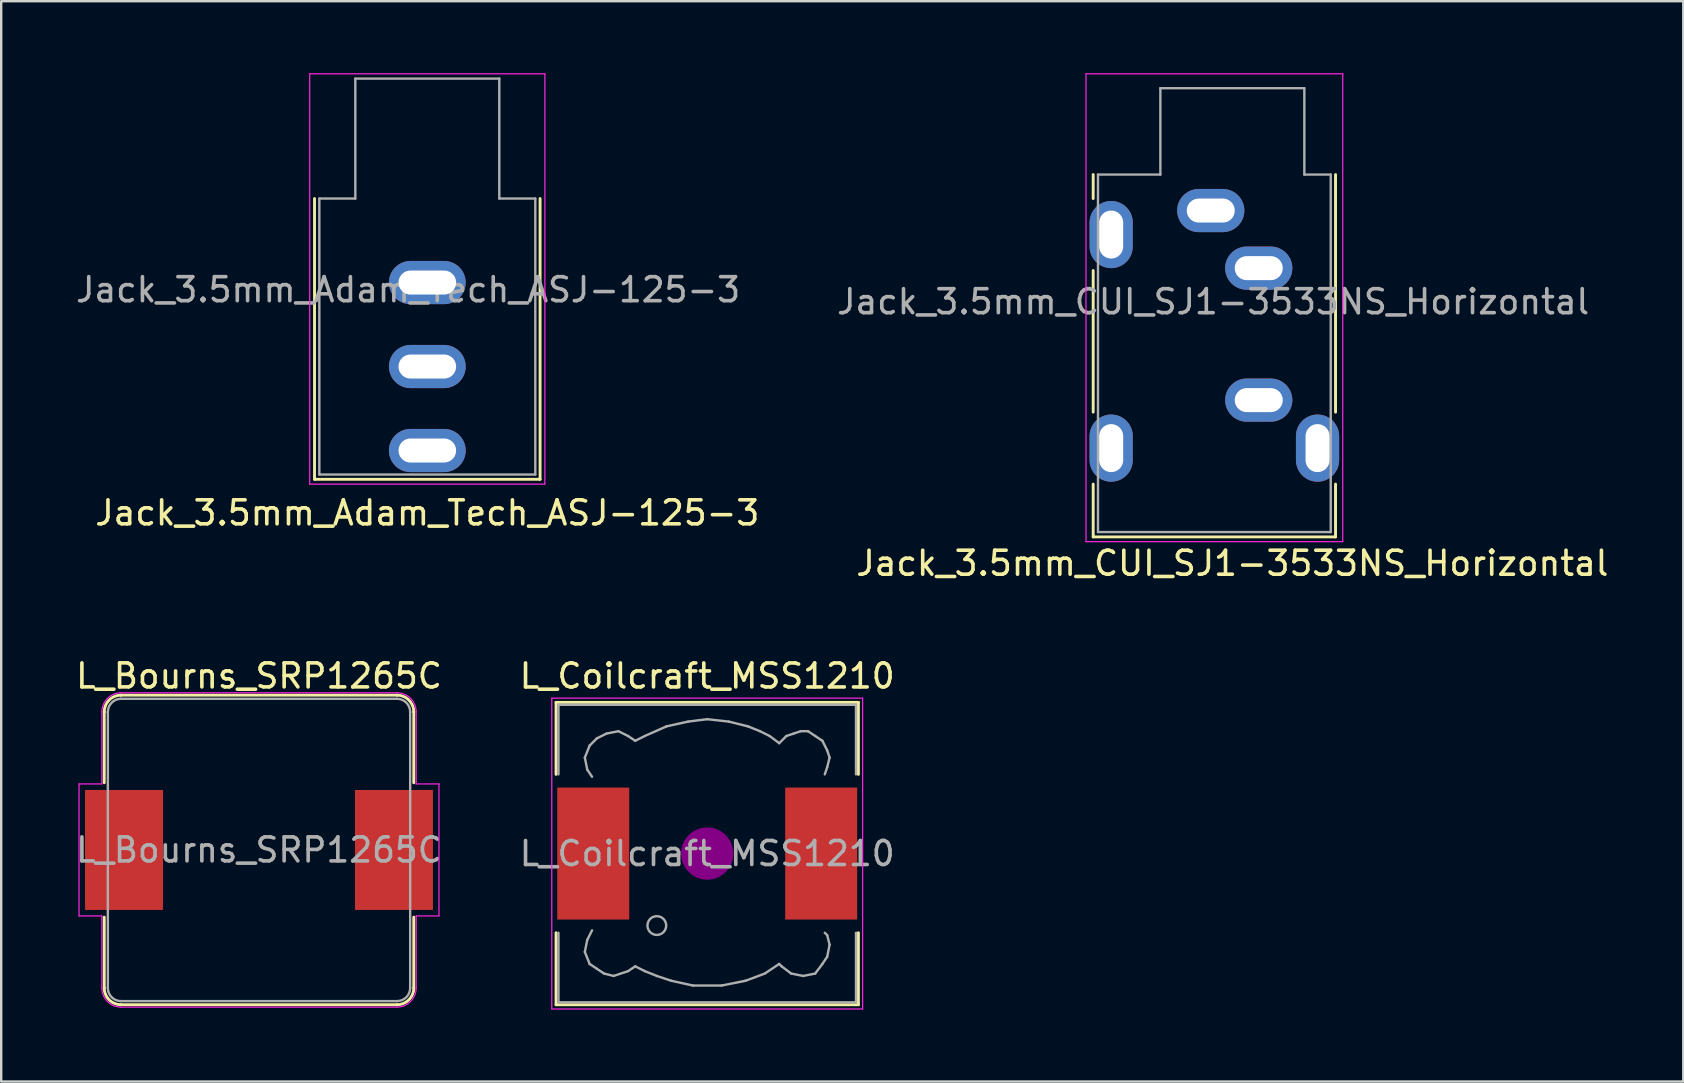
<source format=kicad_pcb>
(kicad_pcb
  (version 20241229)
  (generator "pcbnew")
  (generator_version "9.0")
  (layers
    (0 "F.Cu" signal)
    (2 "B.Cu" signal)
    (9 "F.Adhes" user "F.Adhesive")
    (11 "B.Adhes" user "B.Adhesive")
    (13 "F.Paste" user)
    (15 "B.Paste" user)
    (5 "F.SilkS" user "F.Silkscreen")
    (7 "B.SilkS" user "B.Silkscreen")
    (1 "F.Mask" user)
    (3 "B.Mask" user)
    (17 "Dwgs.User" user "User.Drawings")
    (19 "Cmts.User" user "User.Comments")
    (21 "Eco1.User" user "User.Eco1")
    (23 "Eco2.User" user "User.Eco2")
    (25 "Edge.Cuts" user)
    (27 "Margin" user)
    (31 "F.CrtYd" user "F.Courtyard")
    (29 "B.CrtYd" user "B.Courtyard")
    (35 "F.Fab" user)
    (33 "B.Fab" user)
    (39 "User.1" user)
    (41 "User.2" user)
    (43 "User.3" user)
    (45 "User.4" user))
  (footprint "Jack_3.5mm_CUI_SJ1-3533NS_Horizontal"
    (layer "F.Cu")
    (at 48.308 5.725)
    (property "Reference" "Jack_3.5mm_CUI_SJ1-3533NS_Horizontal" (at 0 14.7 0) (layer "F.SilkS") (effects (font (size 1 1) (thickness 0.15))))
    (attr through_hole)
    (fp_line (start -5.8 -1.5) (end -5.8 -0.5) (stroke (width 0.12) (type solid)) (layer "F.SilkS"))
    (fp_line (start -5.8 2.5) (end -5.8 8.4) (stroke (width 0.12) (type solid)) (layer "F.SilkS"))
    (fp_line (start -5.8 13.6) (end -5.8 11.4) (stroke (width 0.12) (type solid)) (layer "F.SilkS"))
    (fp_line (start 4.3 -1.5) (end 4.3 8.4) (stroke (width 0.12) (type solid)) (layer "F.SilkS"))
    (fp_line (start 4.3 13.6) (end -5.8 13.6) (stroke (width 0.12) (type solid)) (layer "F.SilkS"))
    (fp_line (start 4.3 13.6) (end 4.3 11.4) (stroke (width 0.12) (type solid)) (layer "F.SilkS"))
    (fp_line (start -6.1 -5.7) (end -6.1 13.8) (stroke (width 0.05) (type solid)) (layer "F.CrtYd"))
    (fp_line (start -6.1 13.8) (end 4.6 13.8) (stroke (width 0.05) (type solid)) (layer "F.CrtYd"))
    (fp_line (start 4.6 -5.7) (end -6.1 -5.7) (stroke (width 0.05) (type solid)) (layer "F.CrtYd"))
    (fp_line (start 4.6 13.8) (end 4.6 -5.7) (stroke (width 0.05) (type solid)) (layer "F.CrtYd"))
    (fp_line (start -5.6 -1.5) (end -3 -1.5) (stroke (width 0.1) (type solid)) (layer "F.Fab"))
    (fp_line (start -5.6 13.4) (end -5.6 -1.5) (stroke (width 0.1) (type solid)) (layer "F.Fab"))
    (fp_line (start -3 -5.1) (end 3 -5.1) (stroke (width 0.1) (type solid)) (layer "F.Fab"))
    (fp_line (start -3 -1.5) (end -3 -5.1) (stroke (width 0.1) (type solid)) (layer "F.Fab"))
    (fp_line (start 3 -5.1) (end 3 -1.5) (stroke (width 0.1) (type solid)) (layer "F.Fab"))
    (fp_line (start 3 -1.5) (end 4.1 -1.5) (stroke (width 0.1) (type solid)) (layer "F.Fab"))
    (fp_line (start 4.1 -1.5) (end 4.1 13.4) (stroke (width 0.1) (type solid)) (layer "F.Fab"))
    (fp_line (start 4.1 13.4) (end -5.6 13.4) (stroke (width 0.1) (type solid)) (layer "F.Fab"))
    (fp_text user "${REFERENCE}" (at -0.8 3.8 0) (layer "F.Fab") (effects (font (size 1 1) (thickness 0.15))))
    (pad "" thru_hole oval (at -5.05 1 90) (size 2.8 1.8) (drill oval 2 1) (layers "*.Cu" "*.Mask"))
    (pad "" thru_hole oval (at -5.05 9.9 90) (size 2.8 1.8) (drill oval 2 1) (layers "*.Cu" "*.Mask"))
    (pad "" thru_hole oval (at 3.55 9.9 90) (size 2.8 1.8) (drill oval 2 1) (layers "*.Cu" "*.Mask"))
    (pad "R" thru_hole oval (at 1.1 7.9) (size 2.8 1.8) (drill oval 2 1) (layers "*.Cu" "*.Mask"))
    (pad "S" thru_hole oval (at -0.9 0) (size 2.8 1.8) (drill oval 2 1) (layers "*.Cu" "*.Mask"))
    (pad "T" thru_hole oval (at 1.1 2.4) (size 2.8 1.8) (drill oval 2 1) (layers "*.Cu" "*.Mask")))
  (footprint "L_Bourns_SRP1265C"
    (layer "F.Cu")
    (at 7.744 32.371)
    (property "Reference" "L_Bourns_SRP1265C" (at 0 -7.25 0) (layer "F.SilkS") (effects (font (size 1 1) (thickness 0.15))))
    (attr smd)
    (fp_line (start -6.45 -5.75) (end -6.45 -2.8) (stroke (width 0.12) (type solid)) (layer "F.SilkS"))
    (fp_line (start -6.45 2.8) (end -6.45 5.75) (stroke (width 0.12) (type solid)) (layer "F.SilkS"))
    (fp_line (start -5.75 -6.45) (end 5.75 -6.45) (stroke (width 0.12) (type solid)) (layer "F.SilkS"))
    (fp_line (start 5.75 6.45) (end -5.75 6.45) (stroke (width 0.12) (type solid)) (layer "F.SilkS"))
    (fp_line (start 6.45 -5.75) (end 6.45 -2.8) (stroke (width 0.12) (type solid)) (layer "F.SilkS"))
    (fp_line (start 6.45 2.8) (end 6.45 5.75) (stroke (width 0.12) (type solid)) (layer "F.SilkS"))
    (fp_arc (start -6.45 -5.75) (mid -6.244975 -6.244975) (end -5.75 -6.45) (stroke (width 0.12) (type solid)) (layer "F.SilkS"))
    (fp_arc (start -5.75 6.45) (mid -6.244975 6.244975) (end -6.45 5.75) (stroke (width 0.12) (type solid)) (layer "F.SilkS"))
    (fp_arc (start 5.75 -6.45) (mid 6.244975 -6.244975) (end 6.45 -5.75) (stroke (width 0.12) (type solid)) (layer "F.SilkS"))
    (fp_arc (start 6.45 5.75) (mid 6.244975 6.244975) (end 5.75 6.45) (stroke (width 0.12) (type solid)) (layer "F.SilkS"))
    (fp_line (start -7.5 -2.75) (end -6.55 -2.75) (stroke (width 0.05) (type solid)) (layer "F.CrtYd"))
    (fp_line (start -7.5 2.75) (end -7.5 -2.75) (stroke (width 0.05) (type solid)) (layer "F.CrtYd"))
    (fp_line (start -7.5 2.75) (end -6.55 2.75) (stroke (width 0.05) (type solid)) (layer "F.CrtYd"))
    (fp_line (start -6.55 -2.75) (end -6.55 -5.75) (stroke (width 0.05) (type solid)) (layer "F.CrtYd"))
    (fp_line (start -6.55 5.75) (end -6.55 2.75) (stroke (width 0.05) (type solid)) (layer "F.CrtYd"))
    (fp_line (start -5.75 -6.55) (end 5.75 -6.55) (stroke (width 0.05) (type solid)) (layer "F.CrtYd"))
    (fp_line (start 5.75 6.55) (end -5.75 6.55) (stroke (width 0.05) (type solid)) (layer "F.CrtYd"))
    (fp_line (start 6.55 -5.75) (end 6.55 -2.75) (stroke (width 0.05) (type solid)) (layer "F.CrtYd"))
    (fp_line (start 6.55 2.75) (end 6.55 5.75) (stroke (width 0.05) (type solid)) (layer "F.CrtYd"))
    (fp_line (start 7.5 -2.75) (end 6.55 -2.75) (stroke (width 0.05) (type solid)) (layer "F.CrtYd"))
    (fp_line (start 7.5 -2.75) (end 7.5 2.75) (stroke (width 0.05) (type solid)) (layer "F.CrtYd"))
    (fp_line (start 7.5 2.75) (end 6.55 2.75) (stroke (width 0.05) (type solid)) (layer "F.CrtYd"))
    (fp_arc (start -6.55 -5.75) (mid -6.315685 -6.315685) (end -5.75 -6.55) (stroke (width 0.05) (type solid)) (layer "F.CrtYd"))
    (fp_arc (start -5.75 6.55) (mid -6.315685 6.315685) (end -6.55 5.75) (stroke (width 0.05) (type solid)) (layer "F.CrtYd"))
    (fp_arc (start 5.75 -6.55) (mid 6.315685 -6.315685) (end 6.55 -5.75) (stroke (width 0.05) (type solid)) (layer "F.CrtYd"))
    (fp_arc (start 6.55 5.75) (mid 6.315685 6.315685) (end 5.75 6.55) (stroke (width 0.05) (type solid)) (layer "F.CrtYd"))
    (fp_line (start -6.3 -5.75) (end -6.3 5.75) (stroke (width 0.1) (type solid)) (layer "F.Fab"))
    (fp_line (start -5.75 -6.3) (end 5.75 -6.3) (stroke (width 0.1) (type solid)) (layer "F.Fab"))
    (fp_line (start 5.75 6.3) (end -5.75 6.3) (stroke (width 0.1) (type solid)) (layer "F.Fab"))
    (fp_line (start 6.3 -5.75) (end 6.3 5.75) (stroke (width 0.1) (type solid)) (layer "F.Fab"))
    (fp_arc (start -6.3 -5.75) (mid -6.138909 -6.138909) (end -5.75 -6.3) (stroke (width 0.1) (type solid)) (layer "F.Fab"))
    (fp_arc (start -5.75 6.3) (mid -6.138909 6.138909) (end -6.3 5.75) (stroke (width 0.1) (type solid)) (layer "F.Fab"))
    (fp_arc (start 5.75 -6.3) (mid 6.138909 -6.138909) (end 6.3 -5.75) (stroke (width 0.1) (type solid)) (layer "F.Fab"))
    (fp_arc (start 6.3 5.75) (mid 6.138909 6.138909) (end 5.75 6.3) (stroke (width 0.1) (type solid)) (layer "F.Fab"))
    (fp_text user "${REFERENCE}" (at 0 0 0) (layer "F.Fab") (effects (font (size 1 1) (thickness 0.15))))
    (pad "1" smd rect (at -5.625 0) (size 3.25 5) (layers "F.Cu" "F.Mask" "F.Paste"))
    (pad "2" smd rect (at 5.625 0) (size 3.25 5) (layers "F.Cu" "F.Mask" "F.Paste")))
  (footprint "L_Coilcraft_MSS1210"
    (layer "F.Cu")
    (at 26.423 32.522)
    (property "Reference" "L_Coilcraft_MSS1210" (at 0 -7.4 0) (layer "F.SilkS") (effects (font (size 1 1) (thickness 0.15))))
    (attr smd)
    (fp_line (start -6.3 -6.3) (end 6.3 -6.3) (stroke (width 0.12) (type solid)) (layer "F.SilkS"))
    (fp_line (start -6.3 -3.3) (end -6.3 -6.3) (stroke (width 0.12) (type solid)) (layer "F.SilkS"))
    (fp_line (start -6.3 6.3) (end -6.3 3.3) (stroke (width 0.12) (type solid)) (layer "F.SilkS"))
    (fp_line (start 6.3 -6.3) (end 6.3 -3.3) (stroke (width 0.12) (type solid)) (layer "F.SilkS"))
    (fp_line (start 6.3 3.3) (end 6.3 6.3) (stroke (width 0.12) (type solid)) (layer "F.SilkS"))
    (fp_line (start 6.3 6.3) (end -6.3 6.3) (stroke (width 0.12) (type solid)) (layer "F.SilkS"))
    (fp_circle (center 0 0) (end 0.15 0.15) (stroke (width 0.38) (type solid)) (fill no) (layer "F.Adhes"))
    (fp_circle (center 0 0) (end 0.55 0) (stroke (width 0.38) (type solid)) (fill no) (layer "F.Adhes"))
    (fp_circle (center 0 0) (end 0.9 0) (stroke (width 0.38) (type solid)) (fill no) (layer "F.Adhes"))
    (fp_line (start -6.477 -6.477) (end 6.477 -6.477) (stroke (width 0.05) (type solid)) (layer "F.CrtYd"))
    (fp_line (start -6.477 6.477) (end -6.477 -6.477) (stroke (width 0.05) (type solid)) (layer "F.CrtYd"))
    (fp_line (start 6.477 -6.477) (end 6.477 6.477) (stroke (width 0.05) (type solid)) (layer "F.CrtYd"))
    (fp_line (start 6.477 6.477) (end -6.477 6.477) (stroke (width 0.05) (type solid)) (layer "F.CrtYd"))
    (fp_line (start -6.2 -6.2) (end -6.2 -3.3) (stroke (width 0.1) (type solid)) (layer "F.Fab"))
    (fp_line (start -6.2 3.3) (end -6.2 6.2) (stroke (width 0.1) (type solid)) (layer "F.Fab"))
    (fp_line (start -6.2 6.2) (end 6.2 6.2) (stroke (width 0.1) (type solid)) (layer "F.Fab"))
    (fp_line (start -5.1 -4) (end -5 -3.5) (stroke (width 0.1) (type solid)) (layer "F.Fab"))
    (fp_line (start -5.1 4.1) (end -5 3.6) (stroke (width 0.1) (type solid)) (layer "F.Fab"))
    (fp_line (start -5 -3.5) (end -4.8 -3.2) (stroke (width 0.1) (type solid)) (layer "F.Fab"))
    (fp_line (start -5 3.6) (end -4.8 3.2) (stroke (width 0.1) (type solid)) (layer "F.Fab"))
    (fp_line (start -4.9 -4.5) (end -5.1 -4) (stroke (width 0.1) (type solid)) (layer "F.Fab"))
    (fp_line (start -4.9 4.6) (end -5.1 4.1) (stroke (width 0.1) (type solid)) (layer "F.Fab"))
    (fp_line (start -4.6 -4.8) (end -4.9 -4.5) (stroke (width 0.1) (type solid)) (layer "F.Fab"))
    (fp_line (start -4.6 4.8) (end -4.9 4.6) (stroke (width 0.1) (type solid)) (layer "F.Fab"))
    (fp_line (start -4.3 5) (end -4.6 4.8) (stroke (width 0.1) (type solid)) (layer "F.Fab"))
    (fp_line (start -4.2 -5) (end -4.6 -4.8) (stroke (width 0.1) (type solid)) (layer "F.Fab"))
    (fp_line (start -3.9 5.1) (end -4.3 5) (stroke (width 0.1) (type solid)) (layer "F.Fab"))
    (fp_line (start -3.7 -5.1) (end -4.2 -5) (stroke (width 0.1) (type solid)) (layer "F.Fab"))
    (fp_line (start -3.3 -4.9) (end -3.7 -5.1) (stroke (width 0.1) (type solid)) (layer "F.Fab"))
    (fp_line (start -3.3 4.9) (end -3.9 5.1) (stroke (width 0.1) (type solid)) (layer "F.Fab"))
    (fp_line (start -3 -4.7) (end -3.3 -4.9) (stroke (width 0.1) (type solid)) (layer "F.Fab"))
    (fp_line (start -3 4.7) (end -3.3 4.9) (stroke (width 0.1) (type solid)) (layer "F.Fab"))
    (fp_line (start -2.6 -4.9) (end -3 -4.7) (stroke (width 0.1) (type solid)) (layer "F.Fab"))
    (fp_line (start -2.6 4.9) (end -3 4.7) (stroke (width 0.1) (type solid)) (layer "F.Fab"))
    (fp_line (start -2.1 5.1) (end -2.6 4.9) (stroke (width 0.1) (type solid)) (layer "F.Fab"))
    (fp_line (start -1.7 -5.3) (end -2.6 -4.9) (stroke (width 0.1) (type solid)) (layer "F.Fab"))
    (fp_line (start -1.5 5.3) (end -2.1 5.1) (stroke (width 0.1) (type solid)) (layer "F.Fab"))
    (fp_line (start -0.8 -5.5) (end -1.7 -5.3) (stroke (width 0.1) (type solid)) (layer "F.Fab"))
    (fp_line (start -0.6 5.5) (end -1.5 5.3) (stroke (width 0.1) (type solid)) (layer "F.Fab"))
    (fp_line (start 0 -5.6) (end -0.8 -5.5) (stroke (width 0.1) (type solid)) (layer "F.Fab"))
    (fp_line (start 0.6 5.5) (end -0.6 5.5) (stroke (width 0.1) (type solid)) (layer "F.Fab"))
    (fp_line (start 0.9 -5.5) (end 0 -5.6) (stroke (width 0.1) (type solid)) (layer "F.Fab"))
    (fp_line (start 1.6 5.3) (end 0.6 5.5) (stroke (width 0.1) (type solid)) (layer "F.Fab"))
    (fp_line (start 1.7 -5.3) (end 0.9 -5.5) (stroke (width 0.1) (type solid)) (layer "F.Fab"))
    (fp_line (start 2.2 -5.1) (end 1.7 -5.3) (stroke (width 0.1) (type solid)) (layer "F.Fab"))
    (fp_line (start 2.4 5) (end 1.6 5.3) (stroke (width 0.1) (type solid)) (layer "F.Fab"))
    (fp_line (start 2.6 -4.9) (end 2.2 -5.1) (stroke (width 0.1) (type solid)) (layer "F.Fab"))
    (fp_line (start 3 -4.6) (end 2.6 -4.9) (stroke (width 0.1) (type solid)) (layer "F.Fab"))
    (fp_line (start 3 4.6) (end 2.4 5) (stroke (width 0.1) (type solid)) (layer "F.Fab"))
    (fp_line (start 3.1 4.7) (end 3 4.6) (stroke (width 0.1) (type solid)) (layer "F.Fab"))
    (fp_line (start 3.3 -4.9) (end 3 -4.6) (stroke (width 0.1) (type solid)) (layer "F.Fab"))
    (fp_line (start 3.5 5) (end 3.1 4.7) (stroke (width 0.1) (type solid)) (layer "F.Fab"))
    (fp_line (start 3.6 -5) (end 3.3 -4.9) (stroke (width 0.1) (type solid)) (layer "F.Fab"))
    (fp_line (start 3.9 -5.1) (end 3.6 -5) (stroke (width 0.1) (type solid)) (layer "F.Fab"))
    (fp_line (start 4 5.1) (end 3.5 5) (stroke (width 0.1) (type solid)) (layer "F.Fab"))
    (fp_line (start 4.2 -5.1) (end 3.9 -5.1) (stroke (width 0.1) (type solid)) (layer "F.Fab"))
    (fp_line (start 4.5 -4.9) (end 4.2 -5.1) (stroke (width 0.1) (type solid)) (layer "F.Fab"))
    (fp_line (start 4.5 5) (end 4 5.1) (stroke (width 0.1) (type solid)) (layer "F.Fab"))
    (fp_line (start 4.8 -4.7) (end 4.5 -4.9) (stroke (width 0.1) (type solid)) (layer "F.Fab"))
    (fp_line (start 4.8 4.6) (end 4.5 5) (stroke (width 0.1) (type solid)) (layer "F.Fab"))
    (fp_line (start 4.9 -3.3) (end 5 -3.6) (stroke (width 0.1) (type solid)) (layer "F.Fab"))
    (fp_line (start 4.9 3.3) (end 5 3.4) (stroke (width 0.1) (type solid)) (layer "F.Fab"))
    (fp_line (start 5 -4.3) (end 4.8 -4.7) (stroke (width 0.1) (type solid)) (layer "F.Fab"))
    (fp_line (start 5 -3.6) (end 5.1 -4) (stroke (width 0.1) (type solid)) (layer "F.Fab"))
    (fp_line (start 5 3.4) (end 5.1 3.8) (stroke (width 0.1) (type solid)) (layer "F.Fab"))
    (fp_line (start 5 4.3) (end 4.8 4.6) (stroke (width 0.1) (type solid)) (layer "F.Fab"))
    (fp_line (start 5.1 -4) (end 5 -4.3) (stroke (width 0.1) (type solid)) (layer "F.Fab"))
    (fp_line (start 5.1 3.8) (end 5 4.3) (stroke (width 0.1) (type solid)) (layer "F.Fab"))
    (fp_line (start 6.2 -6.2) (end -6.2 -6.2) (stroke (width 0.1) (type solid)) (layer "F.Fab"))
    (fp_line (start 6.2 -6.2) (end 6.2 -3.3) (stroke (width 0.1) (type solid)) (layer "F.Fab"))
    (fp_line (start 6.2 6.2) (end 6.2 3.3) (stroke (width 0.1) (type solid)) (layer "F.Fab"))
    (fp_circle (center -2.1 3) (end -1.8 3.25) (stroke (width 0.1) (type solid)) (fill no) (layer "F.Fab"))
    (fp_text user "${REFERENCE}" (at 0 0 0) (layer "F.Fab") (effects (font (size 1 1) (thickness 0.15))))
    (pad "1" smd rect (at -4.75 0) (size 3 5.5) (layers "F.Cu" "F.Mask" "F.Paste"))
    (pad "2" smd rect (at 4.75 0) (size 3 5.5) (layers "F.Cu" "F.Mask" "F.Paste")))
  (footprint "Jack_3.5mm_Adam_Tech_ASJ-125-3"
    (layer "F.Cu")
    (at 14.758 5.225)
    (property "Reference" "Jack_3.5mm_Adam_Tech_ASJ-125-3" (at 0 13.1 0) (layer "F.SilkS") (effects (font (size 1 1) (thickness 0.15))))
    (attr through_hole)
    (fp_line (start -4.7 11.7) (end -4.7 0) (stroke (width 0.12) (type solid)) (layer "F.SilkS"))
    (fp_line (start 4.7 11.7) (end -4.7 11.7) (stroke (width 0.12) (type solid)) (layer "F.SilkS"))
    (fp_line (start 4.7 11.7) (end 4.7 0) (stroke (width 0.12) (type solid)) (layer "F.SilkS"))
    (fp_line (start -4.9 -5.2) (end -4.9 11.9) (stroke (width 0.05) (type solid)) (layer "F.CrtYd"))
    (fp_line (start -4.9 11.9) (end 4.9 11.9) (stroke (width 0.05) (type solid)) (layer "F.CrtYd"))
    (fp_line (start 4.9 -5.2) (end -4.9 -5.2) (stroke (width 0.05) (type solid)) (layer "F.CrtYd"))
    (fp_line (start 4.9 11.9) (end 4.9 -5.2) (stroke (width 0.05) (type solid)) (layer "F.CrtYd"))
    (fp_line (start -4.5 0) (end -3 0) (stroke (width 0.1) (type solid)) (layer "F.Fab"))
    (fp_line (start -4.5 11.5) (end -4.5 0) (stroke (width 0.1) (type solid)) (layer "F.Fab"))
    (fp_line (start -3 -5) (end 3 -5) (stroke (width 0.1) (type solid)) (layer "F.Fab"))
    (fp_line (start -3 0) (end -3 -5) (stroke (width 0.1) (type solid)) (layer "F.Fab"))
    (fp_line (start 3 -5) (end 3 0) (stroke (width 0.1) (type solid)) (layer "F.Fab"))
    (fp_line (start 3 0) (end 4.5 0) (stroke (width 0.1) (type solid)) (layer "F.Fab"))
    (fp_line (start 4.5 0) (end 4.5 11.5) (stroke (width 0.1) (type solid)) (layer "F.Fab"))
    (fp_line (start 4.5 11.5) (end -4.5 11.5) (stroke (width 0.1) (type solid)) (layer "F.Fab"))
    (fp_text user "${REFERENCE}" (at -0.8 3.8 0) (layer "F.Fab") (effects (font (size 1 1) (thickness 0.15))))
    (pad "R" thru_hole oval (at 0 10.5) (size 3.2 1.8) (drill oval 2.4 1) (layers "*.Cu" "*.Mask"))
    (pad "S" thru_hole oval (at 0 3.5) (size 3.2 1.8) (drill oval 2.4 1) (layers "*.Cu" "*.Mask"))
    (pad "T" thru_hole oval (at 0 7) (size 3.2 1.8) (drill oval 2.4 1) (layers "*.Cu" "*.Mask")))
  (gr_rect
    (start -3 -3)
    (end 67.1 42.023)
    (stroke (width 0.1) (type default))
    (fill no)
    (layer "Edge.Cuts")))
</source>
